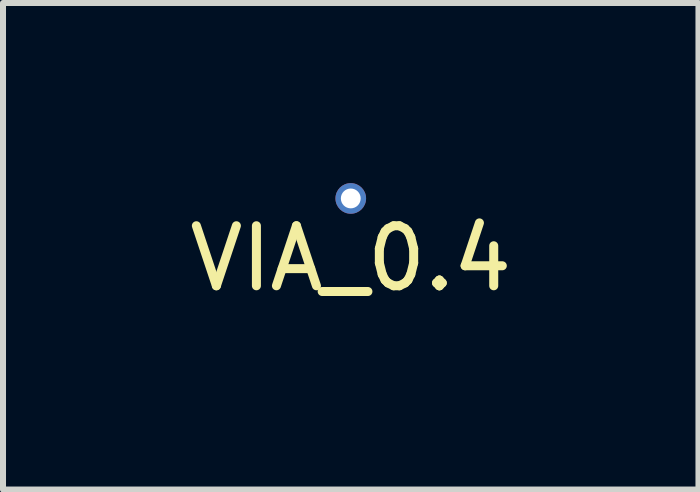
<source format=kicad_pcb>
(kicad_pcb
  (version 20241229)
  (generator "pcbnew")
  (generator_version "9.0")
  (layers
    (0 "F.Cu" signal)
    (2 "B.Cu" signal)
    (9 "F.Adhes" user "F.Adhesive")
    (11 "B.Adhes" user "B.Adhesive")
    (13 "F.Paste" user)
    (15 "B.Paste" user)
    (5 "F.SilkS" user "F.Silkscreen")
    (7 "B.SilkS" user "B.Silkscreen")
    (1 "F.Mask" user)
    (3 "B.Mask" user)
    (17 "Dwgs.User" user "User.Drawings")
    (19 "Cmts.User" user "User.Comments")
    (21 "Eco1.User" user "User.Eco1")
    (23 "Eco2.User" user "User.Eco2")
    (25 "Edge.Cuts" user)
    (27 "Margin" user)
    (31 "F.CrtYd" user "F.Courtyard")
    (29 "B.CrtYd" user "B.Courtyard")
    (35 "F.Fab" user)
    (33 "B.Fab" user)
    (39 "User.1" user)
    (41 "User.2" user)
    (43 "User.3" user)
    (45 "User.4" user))
  (footprint "VIA_0.4"
    (layer "F.Cu")
    (at 2.792 0.255)
    (property "Reference" "VIA_0.4" (at 0 1 0) (layer "F.SilkS") (effects (font (size 1 1) (thickness 0.15))))
    (attr through_hole)
    (pad "1" thru_hole circle (at 0 0) (size 0.51 0.51) (drill 0.33) (layers "*.Cu")))
  (gr_rect
    (start -3 -3)
    (end 8.583 5.103)
    (stroke (width 0.1) (type default))
    (fill no)
    (layer "Edge.Cuts")))
</source>
